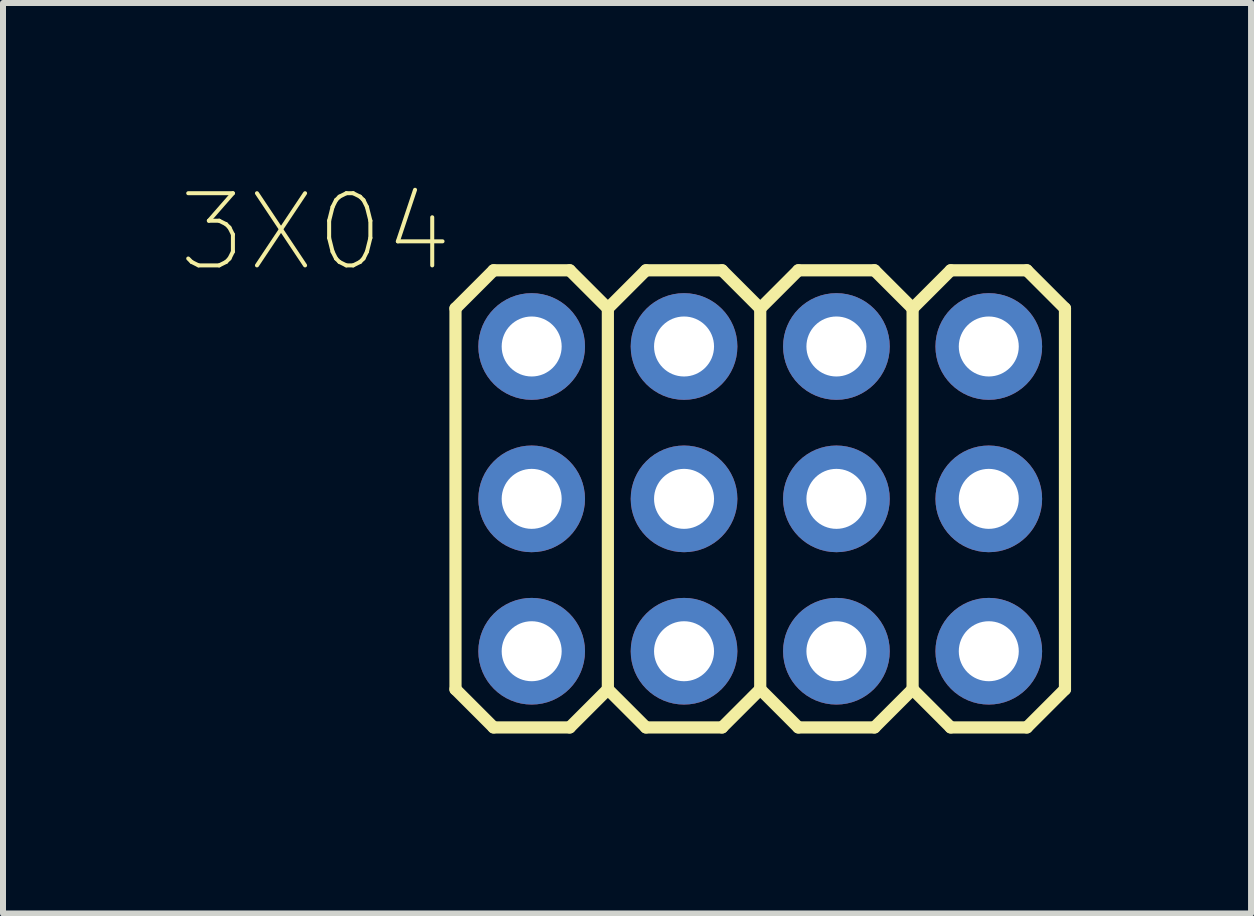
<source format=kicad_pcb>
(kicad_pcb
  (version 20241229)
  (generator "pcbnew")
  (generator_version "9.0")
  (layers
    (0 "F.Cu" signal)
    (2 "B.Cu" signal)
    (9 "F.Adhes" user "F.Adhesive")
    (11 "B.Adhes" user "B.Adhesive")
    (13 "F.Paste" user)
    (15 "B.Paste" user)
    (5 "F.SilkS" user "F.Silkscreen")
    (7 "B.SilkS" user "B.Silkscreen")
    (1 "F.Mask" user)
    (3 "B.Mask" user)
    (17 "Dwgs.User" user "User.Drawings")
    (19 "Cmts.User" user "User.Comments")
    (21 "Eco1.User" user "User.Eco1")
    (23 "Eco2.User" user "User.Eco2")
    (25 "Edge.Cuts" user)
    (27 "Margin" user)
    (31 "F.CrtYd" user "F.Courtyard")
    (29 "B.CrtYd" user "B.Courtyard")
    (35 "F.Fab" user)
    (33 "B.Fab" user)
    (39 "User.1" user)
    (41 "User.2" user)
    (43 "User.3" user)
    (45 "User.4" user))
  (footprint "3X04"
    (layer "F.Cu")
    (at 9.623 5.266)
    (property "Reference" "3X04" (at -5.08 -4.445 180) (layer "F.SilkS") (effects (font (size 1.203 1.203) (thickness 0.067)) (justify right)))
    (fp_line (start -5.08 -3.175) (end -4.445 -3.81) (stroke (width 0.203) (type solid)) (layer "F.SilkS"))
    (fp_line (start -5.08 3.175) (end -5.08 -3.175) (stroke (width 0.203) (type solid)) (layer "F.SilkS"))
    (fp_line (start -5.08 3.175) (end -4.445 3.81) (stroke (width 0.203) (type solid)) (layer "F.SilkS"))
    (fp_line (start -4.445 -3.81) (end -3.175 -3.81) (stroke (width 0.203) (type solid)) (layer "F.SilkS"))
    (fp_line (start -4.445 3.81) (end -3.175 3.81) (stroke (width 0.203) (type solid)) (layer "F.SilkS"))
    (fp_line (start -3.175 -3.81) (end -2.54 -3.175) (stroke (width 0.203) (type solid)) (layer "F.SilkS"))
    (fp_line (start -3.175 3.81) (end -2.54 3.175) (stroke (width 0.203) (type solid)) (layer "F.SilkS"))
    (fp_line (start -2.54 -3.175) (end -2.54 3.175) (stroke (width 0.203) (type solid)) (layer "F.SilkS"))
    (fp_line (start -2.54 -3.175) (end -1.905 -3.81) (stroke (width 0.203) (type solid)) (layer "F.SilkS"))
    (fp_line (start -2.54 3.175) (end -1.905 3.81) (stroke (width 0.203) (type solid)) (layer "F.SilkS"))
    (fp_line (start -1.905 -3.81) (end -0.635 -3.81) (stroke (width 0.203) (type solid)) (layer "F.SilkS"))
    (fp_line (start -1.905 3.81) (end -0.635 3.81) (stroke (width 0.203) (type solid)) (layer "F.SilkS"))
    (fp_line (start -0.635 -3.81) (end 0 -3.175) (stroke (width 0.203) (type solid)) (layer "F.SilkS"))
    (fp_line (start -0.635 3.81) (end 0 3.175) (stroke (width 0.203) (type solid)) (layer "F.SilkS"))
    (fp_line (start 0 -3.175) (end 0 3.175) (stroke (width 0.203) (type solid)) (layer "F.SilkS"))
    (fp_line (start 0 -3.175) (end 0.635 -3.81) (stroke (width 0.203) (type solid)) (layer "F.SilkS"))
    (fp_line (start 0 3.175) (end 0.635 3.81) (stroke (width 0.203) (type solid)) (layer "F.SilkS"))
    (fp_line (start 0.635 -3.81) (end 1.905 -3.81) (stroke (width 0.203) (type solid)) (layer "F.SilkS"))
    (fp_line (start 0.635 3.81) (end 1.905 3.81) (stroke (width 0.203) (type solid)) (layer "F.SilkS"))
    (fp_line (start 1.905 -3.81) (end 2.54 -3.175) (stroke (width 0.203) (type solid)) (layer "F.SilkS"))
    (fp_line (start 1.905 3.81) (end 2.54 3.175) (stroke (width 0.203) (type solid)) (layer "F.SilkS"))
    (fp_line (start 2.54 -3.175) (end 2.54 3.175) (stroke (width 0.203) (type solid)) (layer "F.SilkS"))
    (fp_line (start 2.54 -3.175) (end 3.175 -3.81) (stroke (width 0.203) (type solid)) (layer "F.SilkS"))
    (fp_line (start 2.54 3.175) (end 3.175 3.81) (stroke (width 0.203) (type solid)) (layer "F.SilkS"))
    (fp_line (start 3.175 -3.81) (end 4.445 -3.81) (stroke (width 0.203) (type solid)) (layer "F.SilkS"))
    (fp_line (start 3.175 3.81) (end 4.445 3.81) (stroke (width 0.203) (type solid)) (layer "F.SilkS"))
    (fp_line (start 4.445 -3.81) (end 5.08 -3.175) (stroke (width 0.203) (type solid)) (layer "F.SilkS"))
    (fp_line (start 4.445 3.81) (end 5.08 3.175) (stroke (width 0.203) (type solid)) (layer "F.SilkS"))
    (fp_line (start 5.08 -3.175) (end 5.08 3.175) (stroke (width 0.203) (type solid)) (layer "F.SilkS"))
    (fp_poly (pts (xy -4.064 -2.286) (xy -3.556 -2.286) (xy -3.556 -2.794) (xy -4.064 -2.794)) (stroke (width 0.1) (type solid)) (fill no) (layer "F.Fab"))
    (fp_poly (pts (xy -4.064 0.254) (xy -3.556 0.254) (xy -3.556 -0.254) (xy -4.064 -0.254)) (stroke (width 0.1) (type solid)) (fill no) (layer "F.Fab"))
    (fp_poly (pts (xy -4.064 2.794) (xy -3.556 2.794) (xy -3.556 2.286) (xy -4.064 2.286)) (stroke (width 0.1) (type solid)) (fill no) (layer "F.Fab"))
    (fp_poly (pts (xy -1.524 -2.286) (xy -1.016 -2.286) (xy -1.016 -2.794) (xy -1.524 -2.794)) (stroke (width 0.1) (type solid)) (fill no) (layer "F.Fab"))
    (fp_poly (pts (xy -1.524 0.254) (xy -1.016 0.254) (xy -1.016 -0.254) (xy -1.524 -0.254)) (stroke (width 0.1) (type solid)) (fill no) (layer "F.Fab"))
    (fp_poly (pts (xy -1.524 2.794) (xy -1.016 2.794) (xy -1.016 2.286) (xy -1.524 2.286)) (stroke (width 0.1) (type solid)) (fill no) (layer "F.Fab"))
    (fp_poly (pts (xy 1.016 -2.286) (xy 1.524 -2.286) (xy 1.524 -2.794) (xy 1.016 -2.794)) (stroke (width 0.1) (type solid)) (fill no) (layer "F.Fab"))
    (fp_poly (pts (xy 1.016 0.254) (xy 1.524 0.254) (xy 1.524 -0.254) (xy 1.016 -0.254)) (stroke (width 0.1) (type solid)) (fill no) (layer "F.Fab"))
    (fp_poly (pts (xy 1.016 2.794) (xy 1.524 2.794) (xy 1.524 2.286) (xy 1.016 2.286)) (stroke (width 0.1) (type solid)) (fill no) (layer "F.Fab"))
    (fp_poly (pts (xy 3.556 -2.286) (xy 4.064 -2.286) (xy 4.064 -2.794) (xy 3.556 -2.794)) (stroke (width 0.1) (type solid)) (fill no) (layer "F.Fab"))
    (fp_poly (pts (xy 3.556 0.254) (xy 4.064 0.254) (xy 4.064 -0.254) (xy 3.556 -0.254)) (stroke (width 0.1) (type solid)) (fill no) (layer "F.Fab"))
    (fp_poly (pts (xy 3.556 2.794) (xy 4.064 2.794) (xy 4.064 2.286) (xy 3.556 2.286)) (stroke (width 0.1) (type solid)) (fill no) (layer "F.Fab"))
    (pad "1" thru_hole circle (at -3.81 2.54) (size 1.778 1.778) (drill 1) (layers "*.Cu" "*.Mask"))
    (pad "2" thru_hole circle (at -3.81 0) (size 1.778 1.778) (drill 1) (layers "*.Cu" "*.Mask"))
    (pad "3" thru_hole circle (at -3.81 -2.54) (size 1.778 1.778) (drill 1) (layers "*.Cu" "*.Mask"))
    (pad "4" thru_hole circle (at -1.27 2.54) (size 1.778 1.778) (drill 1) (layers "*.Cu" "*.Mask"))
    (pad "5" thru_hole circle (at -1.27 0) (size 1.778 1.778) (drill 1) (layers "*.Cu" "*.Mask"))
    (pad "6" thru_hole circle (at -1.27 -2.54) (size 1.778 1.778) (drill 1) (layers "*.Cu" "*.Mask"))
    (pad "7" thru_hole circle (at 1.27 2.54) (size 1.778 1.778) (drill 1) (layers "*.Cu" "*.Mask"))
    (pad "8" thru_hole circle (at 1.27 0) (size 1.778 1.778) (drill 1) (layers "*.Cu" "*.Mask"))
    (pad "9" thru_hole circle (at 1.27 -2.54) (size 1.778 1.778) (drill 1) (layers "*.Cu" "*.Mask"))
    (pad "10" thru_hole circle (at 3.81 2.54) (size 1.778 1.778) (drill 1) (layers "*.Cu" "*.Mask"))
    (pad "11" thru_hole circle (at 3.81 0) (size 1.778 1.778) (drill 1) (layers "*.Cu" "*.Mask"))
    (pad "12" thru_hole circle (at 3.81 -2.54) (size 1.778 1.778) (drill 1) (layers "*.Cu" "*.Mask")))
  (gr_rect
    (start -3 -3)
    (end 17.805 12.178)
    (stroke (width 0.1) (type default))
    (fill no)
    (layer "Edge.Cuts")))
</source>
